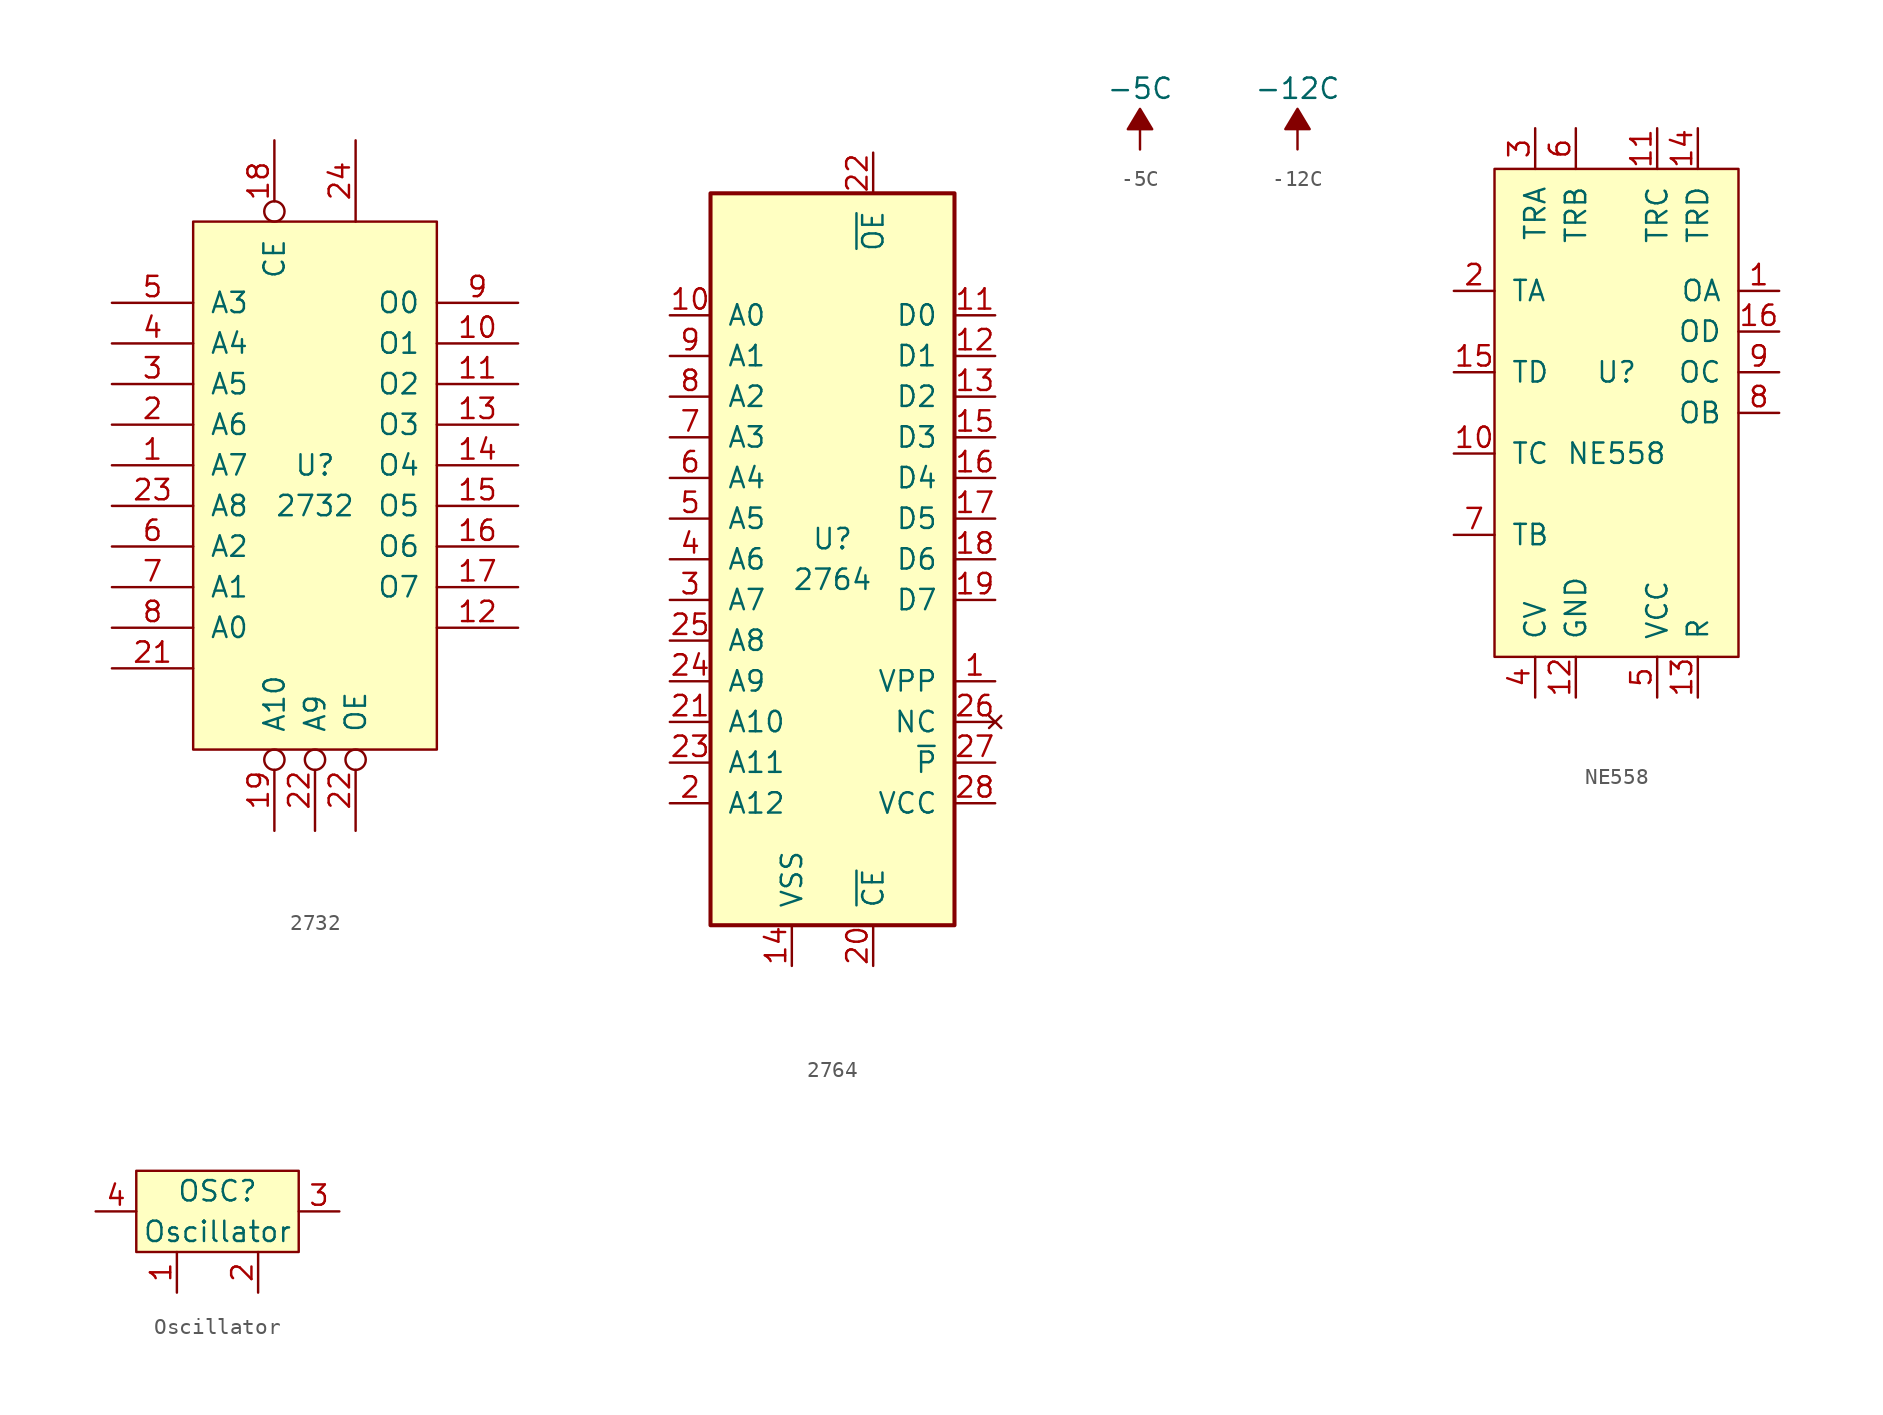
<source format=kicad_sym>
(kicad_symbol_lib
  (version 20220914)
  (generator kicad_symbol_editor)
  (symbol "2732"
    (pin_names
      (offset 1.016))
    (property "Reference" "U"
      (at 0 0 0)
      (effects (font (size 1.27 1.27))))
    (property "Value" "2732"
      (at 0 -2.54 0)
      (effects (font (size 1.27 1.27))))
    (symbol "2732_0_1"
      (rectangle (start -7.62 15.24) (end 7.62 -17.78) (stroke (width 0) (type solid)) (fill (type background))))
    (symbol "2732_1_1"
      (pin input line (at -12.7 0 0) (length 5.08) (name "A7" (effects (font (size 1.27 1.27)))) (number "1" (effects (font (size 1.27 1.27)))))
      (pin tri_state line (at 12.7 7.62 180) (length 5.08) (name "O1" (effects (font (size 1.27 1.27)))) (number "10" (effects (font (size 1.27 1.27)))))
      (pin tri_state line (at 12.7 5.08 180) (length 5.08) (name "O2" (effects (font (size 1.27 1.27)))) (number "11" (effects (font (size 1.27 1.27)))))
      (pin power_in line (at 12.7 -10.16 180) (length 5.08) (name "~" (effects (font (size 1.27 1.27)))) (number "12" (effects (font (size 1.27 1.27)))))
      (pin tri_state line (at 12.7 2.54 180) (length 5.08) (name "O3" (effects (font (size 1.27 1.27)))) (number "13" (effects (font (size 1.27 1.27)))))
      (pin tri_state line (at 12.7 0 180) (length 5.08) (name "O4" (effects (font (size 1.27 1.27)))) (number "14" (effects (font (size 1.27 1.27)))))
      (pin tri_state line (at 12.7 -2.54 180) (length 5.08) (name "O5" (effects (font (size 1.27 1.27)))) (number "15" (effects (font (size 1.27 1.27)))))
      (pin tri_state line (at 12.7 -5.08 180) (length 5.08) (name "O6" (effects (font (size 1.27 1.27)))) (number "16" (effects (font (size 1.27 1.27)))))
      (pin tri_state line (at 12.7 -7.62 180) (length 5.08) (name "O7" (effects (font (size 1.27 1.27)))) (number "17" (effects (font (size 1.27 1.27)))))
      (pin input inverted (at -2.54 20.32 270) (length 5.08) (name "CE" (effects (font (size 1.27 1.27)))) (number "18" (effects (font (size 1.27 1.27)))))
      (pin input inverted (at -2.54 -22.86 90) (length 5.08) (name "A10" (effects (font (size 1.27 1.27)))) (number "19" (effects (font (size 1.27 1.27)))))
      (pin input line (at -12.7 2.54 0) (length 5.08) (name "A6" (effects (font (size 1.27 1.27)))) (number "2" (effects (font (size 1.27 1.27)))))
      (pin input line (at -12.7 -12.7 0) (length 5.08) (name "~" (effects (font (size 1.27 1.27)))) (number "21" (effects (font (size 1.27 1.27)))))
      (pin input inverted (at 0 -22.86 90) (length 5.08) (name "A9" (effects (font (size 1.27 1.27)))) (number "22" (effects (font (size 1.27 1.27)))))
      (pin input inverted (at 2.54 -22.86 90) (length 5.08) (name "OE" (effects (font (size 1.27 1.27)))) (number "22" (effects (font (size 1.27 1.27)))))
      (pin input line (at -12.7 -2.54 0) (length 5.08) (name "A8" (effects (font (size 1.27 1.27)))) (number "23" (effects (font (size 1.27 1.27)))))
      (pin power_in line (at 2.54 20.32 270) (length 5.08) (name "~" (effects (font (size 1.27 1.27)))) (number "24" (effects (font (size 1.27 1.27)))))
      (pin input line (at -12.7 5.08 0) (length 5.08) (name "A5" (effects (font (size 1.27 1.27)))) (number "3" (effects (font (size 1.27 1.27)))))
      (pin input line (at -12.7 7.62 0) (length 5.08) (name "A4" (effects (font (size 1.27 1.27)))) (number "4" (effects (font (size 1.27 1.27)))))
      (pin input line (at -12.7 10.16 0) (length 5.08) (name "A3" (effects (font (size 1.27 1.27)))) (number "5" (effects (font (size 1.27 1.27)))))
      (pin input line (at -12.7 -5.08 0) (length 5.08) (name "A2" (effects (font (size 1.27 1.27)))) (number "6" (effects (font (size 1.27 1.27)))))
      (pin input line (at -12.7 -7.62 0) (length 5.08) (name "A1" (effects (font (size 1.27 1.27)))) (number "7" (effects (font (size 1.27 1.27)))))
      (pin input line (at -12.7 -10.16 0) (length 5.08) (name "A0" (effects (font (size 1.27 1.27)))) (number "8" (effects (font (size 1.27 1.27)))))
      (pin tri_state line (at 12.7 10.16 180) (length 5.08) (name "O0" (effects (font (size 1.27 1.27)))) (number "9" (effects (font (size 1.27 1.27)))))))
  (symbol "2764"
    (pin_names
      (offset 1.016))
    (property "Reference" "U"
      (at 0 1.27 0)
      (effects (font (size 1.27 1.27))))
    (property "Value" "2764"
      (at 0 -1.27 0)
      (effects (font (size 1.27 1.27))))
    (symbol "2764_0_1"
      (rectangle (start 7.62 22.86) (end -7.62 -22.86) (stroke (width 0.254) (type solid)) (fill (type background))))
    (symbol "2764_1_0"
      (pin input line (at 10.16 -7.62 180) (length 2.54) (name "VPP" (effects (font (size 1.27 1.27)))) (number "1" (effects (font (size 1.27 1.27)))))
      (pin input line (at -10.16 15.24 0) (length 2.54) (name "A0" (effects (font (size 1.27 1.27)))) (number "10" (effects (font (size 1.27 1.27)))))
      (pin tri_state line (at 10.16 15.24 180) (length 2.54) (name "D0" (effects (font (size 1.27 1.27)))) (number "11" (effects (font (size 1.27 1.27)))))
      (pin tri_state line (at 10.16 12.7 180) (length 2.54) (name "D1" (effects (font (size 1.27 1.27)))) (number "12" (effects (font (size 1.27 1.27)))))
      (pin tri_state line (at 10.16 10.16 180) (length 2.54) (name "D2" (effects (font (size 1.27 1.27)))) (number "13" (effects (font (size 1.27 1.27)))))
      (pin power_in line (at -2.54 -25.4 90) (length 2.54) (name "VSS" (effects (font (size 1.27 1.27)))) (number "14" (effects (font (size 1.27 1.27)))))
      (pin tri_state line (at 10.16 7.62 180) (length 2.54) (name "D3" (effects (font (size 1.27 1.27)))) (number "15" (effects (font (size 1.27 1.27)))))
      (pin tri_state line (at 10.16 5.08 180) (length 2.54) (name "D4" (effects (font (size 1.27 1.27)))) (number "16" (effects (font (size 1.27 1.27)))))
      (pin tri_state line (at 10.16 2.54 180) (length 2.54) (name "D5" (effects (font (size 1.27 1.27)))) (number "17" (effects (font (size 1.27 1.27)))))
      (pin tri_state line (at 10.16 0 180) (length 2.54) (name "D6" (effects (font (size 1.27 1.27)))) (number "18" (effects (font (size 1.27 1.27)))))
      (pin tri_state line (at 10.16 -2.54 180) (length 2.54) (name "D7" (effects (font (size 1.27 1.27)))) (number "19" (effects (font (size 1.27 1.27)))))
      (pin input line (at -10.16 -15.24 0) (length 2.54) (name "A12" (effects (font (size 1.27 1.27)))) (number "2" (effects (font (size 1.27 1.27)))))
      (pin input line (at 2.54 -25.4 90) (length 2.54) (name "~{CE}" (effects (font (size 1.27 1.27)))) (number "20" (effects (font (size 1.27 1.27)))))
      (pin input line (at -10.16 -10.16 0) (length 2.54) (name "A10" (effects (font (size 1.27 1.27)))) (number "21" (effects (font (size 1.27 1.27)))))
      (pin input line (at 2.54 25.4 270) (length 2.54) (name "~{OE}" (effects (font (size 1.27 1.27)))) (number "22" (effects (font (size 1.27 1.27)))))
      (pin input line (at -10.16 -12.7 0) (length 2.54) (name "A11" (effects (font (size 1.27 1.27)))) (number "23" (effects (font (size 1.27 1.27)))))
      (pin input line (at -10.16 -7.62 0) (length 2.54) (name "A9" (effects (font (size 1.27 1.27)))) (number "24" (effects (font (size 1.27 1.27)))))
      (pin input line (at -10.16 -5.08 0) (length 2.54) (name "A8" (effects (font (size 1.27 1.27)))) (number "25" (effects (font (size 1.27 1.27)))))
      (pin no_connect line (at 10.16 -10.16 180) (length 2.54) (name "NC" (effects (font (size 1.27 1.27)))) (number "26" (effects (font (size 1.27 1.27)))))
      (pin input line (at 10.16 -12.7 180) (length 2.54) (name "~{P}" (effects (font (size 1.27 1.27)))) (number "27" (effects (font (size 1.27 1.27)))))
      (pin power_in line (at 10.16 -15.24 180) (length 2.54) (name "VCC" (effects (font (size 1.27 1.27)))) (number "28" (effects (font (size 1.27 1.27)))))
      (pin input line (at -10.16 -2.54 0) (length 2.54) (name "A7" (effects (font (size 1.27 1.27)))) (number "3" (effects (font (size 1.27 1.27)))))
      (pin input line (at -10.16 0 0) (length 2.54) (name "A6" (effects (font (size 1.27 1.27)))) (number "4" (effects (font (size 1.27 1.27)))))
      (pin input line (at -10.16 2.54 0) (length 2.54) (name "A5" (effects (font (size 1.27 1.27)))) (number "5" (effects (font (size 1.27 1.27)))))
      (pin input line (at -10.16 5.08 0) (length 2.54) (name "A4" (effects (font (size 1.27 1.27)))) (number "6" (effects (font (size 1.27 1.27)))))
      (pin input line (at -10.16 7.62 0) (length 2.54) (name "A3" (effects (font (size 1.27 1.27)))) (number "7" (effects (font (size 1.27 1.27)))))
      (pin input line (at -10.16 10.16 0) (length 2.54) (name "A2" (effects (font (size 1.27 1.27)))) (number "8" (effects (font (size 1.27 1.27)))))
      (pin input line (at -10.16 12.7 0) (length 2.54) (name "A1" (effects (font (size 1.27 1.27)))) (number "9" (effects (font (size 1.27 1.27)))))))
  (symbol "-5C"
    (power)
    (pin_names
      (offset 0))
    (property "Reference" "#PWR"
      (at 0 2.54 0)
      (effects (font (size 1.27 1.27)) hide))
    (property "Value" "-5C"
      (at 0 3.81 0)
      (effects (font (size 1.27 1.27))))
    (symbol "-5C_0_0"
      (pin power_in line (at 0 0 90) (length 0) hide (name "-5C" (effects (font (size 1.27 1.27)))) (number "1" (effects (font (size 1.27 1.27))))))
    (symbol "-5C_0_1"
      (polyline (pts (xy 0 0) (xy 0 1.27) (xy 0.762 1.27) (xy 0 2.54) (xy -0.762 1.27) (xy 0 1.27)) (stroke (width 0) (type solid)) (fill (type outline)))))
  (symbol "-12C"
    (power)
    (pin_names
      (offset 0))
    (property "Reference" "#PWR"
      (at 0 2.54 0)
      (effects (font (size 1.27 1.27)) hide))
    (property "Value" "-12C"
      (at 0 3.81 0)
      (effects (font (size 1.27 1.27))))
    (symbol "-12C_0_0"
      (pin power_in line (at 0 0 90) (length 0) hide (name "-12C" (effects (font (size 1.27 1.27)))) (number "1" (effects (font (size 1.27 1.27))))))
    (symbol "-12C_0_1"
      (polyline (pts (xy 0 0) (xy 0 1.27) (xy 0.762 1.27) (xy 0 2.54) (xy -0.762 1.27) (xy 0 1.27)) (stroke (width 0) (type solid)) (fill (type outline)))))
  (symbol "NE558"
    (pin_names
      (offset 1.016))
    (property "Reference" "U"
      (at 0 2.54 0)
      (effects (font (size 1.27 1.27))))
    (property "Value" "NE558"
      (at 0 -2.54 0)
      (effects (font (size 1.27 1.27))))
    (symbol "NE558_0_1"
      (rectangle (start -7.62 15.24) (end 7.62 -15.24) (stroke (width 0) (type solid)) (fill (type background))))
    (symbol "NE558_1_1"
      (pin output line (at 10.16 7.62 180) (length 2.54) (name "OA" (effects (font (size 1.27 1.27)))) (number "1" (effects (font (size 1.27 1.27)))))
      (pin input line (at -10.16 -2.54 0) (length 2.54) (name "TC" (effects (font (size 1.27 1.27)))) (number "10" (effects (font (size 1.27 1.27)))))
      (pin input line (at 2.54 17.78 270) (length 2.54) (name "TRC" (effects (font (size 1.27 1.27)))) (number "11" (effects (font (size 1.27 1.27)))))
      (pin power_in line (at -2.54 -17.78 90) (length 2.54) (name "GND" (effects (font (size 1.27 1.27)))) (number "12" (effects (font (size 1.27 1.27)))))
      (pin input line (at 5.08 -17.78 90) (length 2.54) (name "R" (effects (font (size 1.27 1.27)))) (number "13" (effects (font (size 1.27 1.27)))))
      (pin input line (at 5.08 17.78 270) (length 2.54) (name "TRD" (effects (font (size 1.27 1.27)))) (number "14" (effects (font (size 1.27 1.27)))))
      (pin input line (at -10.16 2.54 0) (length 2.54) (name "TD" (effects (font (size 1.27 1.27)))) (number "15" (effects (font (size 1.27 1.27)))))
      (pin input line (at 10.16 5.08 180) (length 2.54) (name "OD" (effects (font (size 1.27 1.27)))) (number "16" (effects (font (size 1.27 1.27)))))
      (pin input line (at -10.16 7.62 0) (length 2.54) (name "TA" (effects (font (size 1.27 1.27)))) (number "2" (effects (font (size 1.27 1.27)))))
      (pin input line (at -5.08 17.78 270) (length 2.54) (name "TRA" (effects (font (size 1.27 1.27)))) (number "3" (effects (font (size 1.27 1.27)))))
      (pin input line (at -5.08 -17.78 90) (length 2.54) (name "CV" (effects (font (size 1.27 1.27)))) (number "4" (effects (font (size 1.27 1.27)))))
      (pin power_in line (at 2.54 -17.78 90) (length 2.54) (name "VCC" (effects (font (size 1.27 1.27)))) (number "5" (effects (font (size 1.27 1.27)))))
      (pin input line (at -2.54 17.78 270) (length 2.54) (name "TRB" (effects (font (size 1.27 1.27)))) (number "6" (effects (font (size 1.27 1.27)))))
      (pin input line (at -10.16 -7.62 0) (length 2.54) (name "TB" (effects (font (size 1.27 1.27)))) (number "7" (effects (font (size 1.27 1.27)))))
      (pin output line (at 10.16 0 180) (length 2.54) (name "OB" (effects (font (size 1.27 1.27)))) (number "8" (effects (font (size 1.27 1.27)))))
      (pin output line (at 10.16 2.54 180) (length 2.54) (name "OC" (effects (font (size 1.27 1.27)))) (number "9" (effects (font (size 1.27 1.27)))))))
  (symbol "Oscillator"
    (pin_names
      (offset 1.016))
    (property "Reference" "OSC"
      (at 0 1.27 0)
      (effects (font (size 1.27 1.27))))
    (property "Value" "Oscillator"
      (at 0 -1.27 0)
      (effects (font (size 1.27 1.27))))
    (symbol "Oscillator_0_1"
      (rectangle (start -5.08 2.54) (end 5.08 -2.54) (stroke (width 0) (type solid)) (fill (type background))))
    (symbol "Oscillator_1_0"
      (pin power_in line (at -2.54 -5.08 90) (length 2.54) (name "~" (effects (font (size 1.27 1.27)))) (number "1" (effects (font (size 1.27 1.27)))))
      (pin input line (at 2.54 -5.08 90) (length 2.54) (name "~" (effects (font (size 1.27 1.27)))) (number "2" (effects (font (size 1.27 1.27)))))
      (pin output line (at 7.62 0 180) (length 2.54) (name "~" (effects (font (size 1.27 1.27)))) (number "3" (effects (font (size 1.27 1.27)))))
      (pin power_in line (at -7.62 0 0) (length 2.54) (name "~" (effects (font (size 1.27 1.27)))) (number "4" (effects (font (size 1.27 1.27))))))))
</source>
